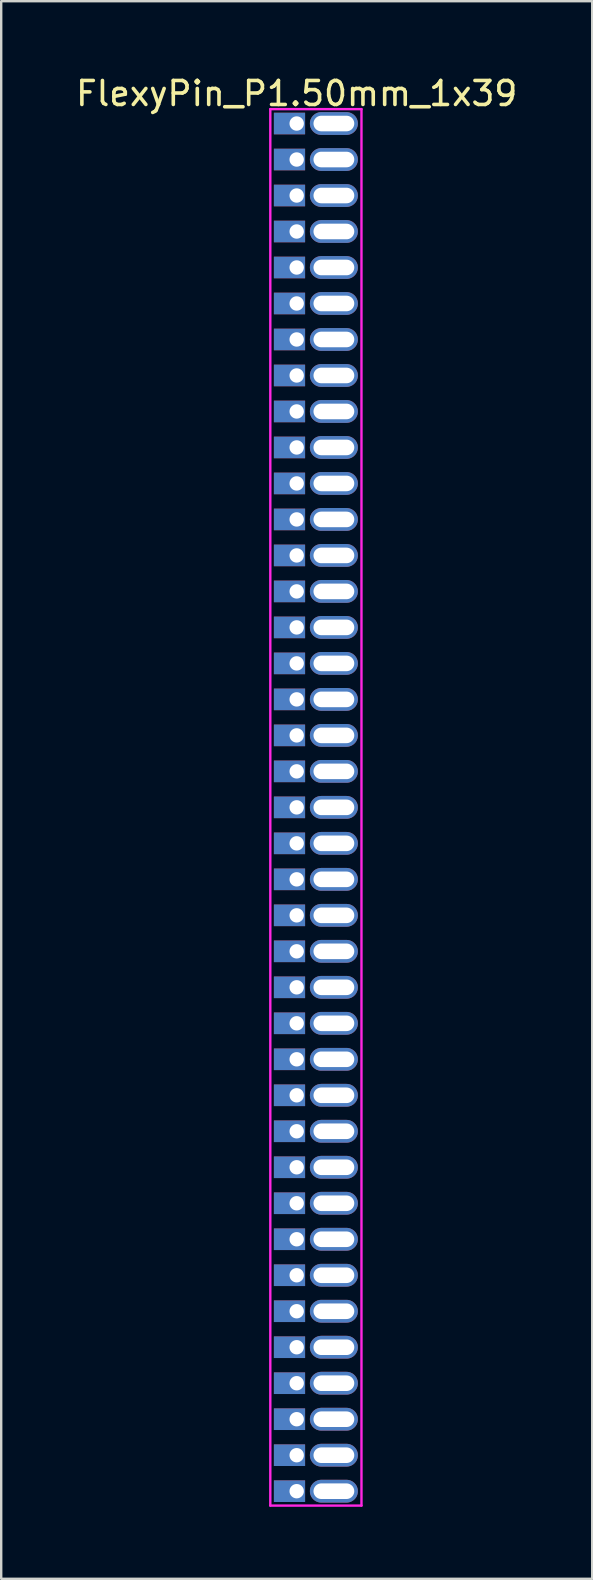
<source format=kicad_pcb>
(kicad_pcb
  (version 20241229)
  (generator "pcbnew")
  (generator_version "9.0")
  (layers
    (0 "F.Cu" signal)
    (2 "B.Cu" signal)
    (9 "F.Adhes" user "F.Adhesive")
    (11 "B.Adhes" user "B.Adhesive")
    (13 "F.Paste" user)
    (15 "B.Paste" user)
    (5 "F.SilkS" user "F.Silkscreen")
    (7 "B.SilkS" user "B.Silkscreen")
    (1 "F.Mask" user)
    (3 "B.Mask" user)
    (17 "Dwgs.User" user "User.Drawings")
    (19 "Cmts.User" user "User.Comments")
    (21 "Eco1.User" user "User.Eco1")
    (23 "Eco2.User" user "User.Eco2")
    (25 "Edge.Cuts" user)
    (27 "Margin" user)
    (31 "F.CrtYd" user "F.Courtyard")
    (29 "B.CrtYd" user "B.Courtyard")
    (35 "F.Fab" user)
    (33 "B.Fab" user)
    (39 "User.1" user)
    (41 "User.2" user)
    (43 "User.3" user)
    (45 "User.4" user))
  (footprint "FlexyPin_P1.50mm_1x39"
    (layer "F.Cu")
    (at 9.315 2.098)
    (property "Reference" "FlexyPin_P1.50mm_1x39" (at 0 -1.25 0) (layer "F.SilkS") (effects (font (size 1 1) (thickness 0.15))))
    (attr through_hole)
    (fp_line (start -1.1 -0.6) (end 2.7 -0.6) (stroke (width 0.1) (type solid)) (layer "F.CrtYd"))
    (fp_line (start -1.1 57.6) (end -1.1 -0.6) (stroke (width 0.1) (type solid)) (layer "F.CrtYd"))
    (fp_line (start 2.7 -0.6) (end 2.7 57.6) (stroke (width 0.1) (type solid)) (layer "F.CrtYd"))
    (fp_line (start 2.7 57.6) (end -1.1 57.6) (stroke (width 0.1) (type solid)) (layer "F.CrtYd"))
    (pad "" thru_hole oval (at 1.55 0) (size 2 0.95) (drill oval 1.7 0.65) (layers "*.Cu" "*.Mask"))
    (pad "" thru_hole oval (at 1.55 1.5) (size 2 0.95) (drill oval 1.7 0.65) (layers "*.Cu" "*.Mask"))
    (pad "" thru_hole oval (at 1.55 3) (size 2 0.95) (drill oval 1.7 0.65) (layers "*.Cu" "*.Mask"))
    (pad "" thru_hole oval (at 1.55 4.5) (size 2 0.95) (drill oval 1.7 0.65) (layers "*.Cu" "*.Mask"))
    (pad "" thru_hole oval (at 1.55 6) (size 2 0.95) (drill oval 1.7 0.65) (layers "*.Cu" "*.Mask"))
    (pad "" thru_hole oval (at 1.55 7.5) (size 2 0.95) (drill oval 1.7 0.65) (layers "*.Cu" "*.Mask"))
    (pad "" thru_hole oval (at 1.55 9) (size 2 0.95) (drill oval 1.7 0.65) (layers "*.Cu" "*.Mask"))
    (pad "" thru_hole oval (at 1.55 10.5) (size 2 0.95) (drill oval 1.7 0.65) (layers "*.Cu" "*.Mask"))
    (pad "" thru_hole oval (at 1.55 12) (size 2 0.95) (drill oval 1.7 0.65) (layers "*.Cu" "*.Mask"))
    (pad "" thru_hole oval (at 1.55 13.5) (size 2 0.95) (drill oval 1.7 0.65) (layers "*.Cu" "*.Mask"))
    (pad "" thru_hole oval (at 1.55 15) (size 2 0.95) (drill oval 1.7 0.65) (layers "*.Cu" "*.Mask"))
    (pad "" thru_hole oval (at 1.55 16.5) (size 2 0.95) (drill oval 1.7 0.65) (layers "*.Cu" "*.Mask"))
    (pad "" thru_hole oval (at 1.55 18) (size 2 0.95) (drill oval 1.7 0.65) (layers "*.Cu" "*.Mask"))
    (pad "" thru_hole oval (at 1.55 19.5) (size 2 0.95) (drill oval 1.7 0.65) (layers "*.Cu" "*.Mask"))
    (pad "" thru_hole oval (at 1.55 21) (size 2 0.95) (drill oval 1.7 0.65) (layers "*.Cu" "*.Mask"))
    (pad "" thru_hole oval (at 1.55 22.5) (size 2 0.95) (drill oval 1.7 0.65) (layers "*.Cu" "*.Mask"))
    (pad "" thru_hole oval (at 1.55 24) (size 2 0.95) (drill oval 1.7 0.65) (layers "*.Cu" "*.Mask"))
    (pad "" thru_hole oval (at 1.55 25.5) (size 2 0.95) (drill oval 1.7 0.65) (layers "*.Cu" "*.Mask"))
    (pad "" thru_hole oval (at 1.55 27) (size 2 0.95) (drill oval 1.7 0.65) (layers "*.Cu" "*.Mask"))
    (pad "" thru_hole oval (at 1.55 28.5) (size 2 0.95) (drill oval 1.7 0.65) (layers "*.Cu" "*.Mask"))
    (pad "" thru_hole oval (at 1.55 30) (size 2 0.95) (drill oval 1.7 0.65) (layers "*.Cu" "*.Mask"))
    (pad "" thru_hole oval (at 1.55 31.5) (size 2 0.95) (drill oval 1.7 0.65) (layers "*.Cu" "*.Mask"))
    (pad "" thru_hole oval (at 1.55 33) (size 2 0.95) (drill oval 1.7 0.65) (layers "*.Cu" "*.Mask"))
    (pad "" thru_hole oval (at 1.55 34.5) (size 2 0.95) (drill oval 1.7 0.65) (layers "*.Cu" "*.Mask"))
    (pad "" thru_hole oval (at 1.55 36) (size 2 0.95) (drill oval 1.7 0.65) (layers "*.Cu" "*.Mask"))
    (pad "" thru_hole oval (at 1.55 37.5) (size 2 0.95) (drill oval 1.7 0.65) (layers "*.Cu" "*.Mask"))
    (pad "" thru_hole oval (at 1.55 39) (size 2 0.95) (drill oval 1.7 0.65) (layers "*.Cu" "*.Mask"))
    (pad "" thru_hole oval (at 1.55 40.5) (size 2 0.95) (drill oval 1.7 0.65) (layers "*.Cu" "*.Mask"))
    (pad "" thru_hole oval (at 1.55 42) (size 2 0.95) (drill oval 1.7 0.65) (layers "*.Cu" "*.Mask"))
    (pad "" thru_hole oval (at 1.55 43.5) (size 2 0.95) (drill oval 1.7 0.65) (layers "*.Cu" "*.Mask"))
    (pad "" thru_hole oval (at 1.55 45) (size 2 0.95) (drill oval 1.7 0.65) (layers "*.Cu" "*.Mask"))
    (pad "" thru_hole oval (at 1.55 46.5) (size 2 0.95) (drill oval 1.7 0.65) (layers "*.Cu" "*.Mask"))
    (pad "" thru_hole oval (at 1.55 48) (size 2 0.95) (drill oval 1.7 0.65) (layers "*.Cu" "*.Mask"))
    (pad "" thru_hole oval (at 1.55 49.5) (size 2 0.95) (drill oval 1.7 0.65) (layers "*.Cu" "*.Mask"))
    (pad "" thru_hole oval (at 1.55 51) (size 2 0.95) (drill oval 1.7 0.65) (layers "*.Cu" "*.Mask"))
    (pad "" thru_hole oval (at 1.55 52.5) (size 2 0.95) (drill oval 1.7 0.65) (layers "*.Cu" "*.Mask"))
    (pad "" thru_hole oval (at 1.55 54) (size 2 0.95) (drill oval 1.7 0.65) (layers "*.Cu" "*.Mask"))
    (pad "" thru_hole oval (at 1.55 55.5) (size 2 0.95) (drill oval 1.7 0.65) (layers "*.Cu" "*.Mask"))
    (pad "" thru_hole oval (at 1.55 57) (size 2 0.95) (drill oval 1.7 0.65) (layers "*.Cu" "*.Mask"))
    (pad "1" thru_hole rect (at 0 0) (size 1.3 0.9) (drill 0.6 (offset -0.3 0)) (layers "*.Cu" "*.Mask"))
    (pad "2" thru_hole rect (at 0 1.5) (size 1.3 0.9) (drill 0.6 (offset -0.3 0)) (layers "*.Cu" "*.Mask"))
    (pad "3" thru_hole rect (at 0 3) (size 1.3 0.9) (drill 0.6 (offset -0.3 0)) (layers "*.Cu" "*.Mask"))
    (pad "4" thru_hole rect (at 0 4.5) (size 1.3 0.9) (drill 0.6 (offset -0.3 0)) (layers "*.Cu" "*.Mask"))
    (pad "5" thru_hole rect (at 0 6) (size 1.3 0.9) (drill 0.6 (offset -0.3 0)) (layers "*.Cu" "*.Mask"))
    (pad "6" thru_hole rect (at 0 7.5) (size 1.3 0.9) (drill 0.6 (offset -0.3 0)) (layers "*.Cu" "*.Mask"))
    (pad "7" thru_hole rect (at 0 9) (size 1.3 0.9) (drill 0.6 (offset -0.3 0)) (layers "*.Cu" "*.Mask"))
    (pad "8" thru_hole rect (at 0 10.5) (size 1.3 0.9) (drill 0.6 (offset -0.3 0)) (layers "*.Cu" "*.Mask"))
    (pad "9" thru_hole rect (at 0 12) (size 1.3 0.9) (drill 0.6 (offset -0.3 0)) (layers "*.Cu" "*.Mask"))
    (pad "10" thru_hole rect (at 0 13.5) (size 1.3 0.9) (drill 0.6 (offset -0.3 0)) (layers "*.Cu" "*.Mask"))
    (pad "11" thru_hole rect (at 0 15) (size 1.3 0.9) (drill 0.6 (offset -0.3 0)) (layers "*.Cu" "*.Mask"))
    (pad "12" thru_hole rect (at 0 16.5) (size 1.3 0.9) (drill 0.6 (offset -0.3 0)) (layers "*.Cu" "*.Mask"))
    (pad "13" thru_hole rect (at 0 18) (size 1.3 0.9) (drill 0.6 (offset -0.3 0)) (layers "*.Cu" "*.Mask"))
    (pad "14" thru_hole rect (at 0 19.5) (size 1.3 0.9) (drill 0.6 (offset -0.3 0)) (layers "*.Cu" "*.Mask"))
    (pad "15" thru_hole rect (at 0 21) (size 1.3 0.9) (drill 0.6 (offset -0.3 0)) (layers "*.Cu" "*.Mask"))
    (pad "16" thru_hole rect (at 0 22.5) (size 1.3 0.9) (drill 0.6 (offset -0.3 0)) (layers "*.Cu" "*.Mask"))
    (pad "17" thru_hole rect (at 0 24) (size 1.3 0.9) (drill 0.6 (offset -0.3 0)) (layers "*.Cu" "*.Mask"))
    (pad "18" thru_hole rect (at 0 25.5) (size 1.3 0.9) (drill 0.6 (offset -0.3 0)) (layers "*.Cu" "*.Mask"))
    (pad "19" thru_hole rect (at 0 27) (size 1.3 0.9) (drill 0.6 (offset -0.3 0)) (layers "*.Cu" "*.Mask"))
    (pad "20" thru_hole rect (at 0 28.5) (size 1.3 0.9) (drill 0.6 (offset -0.3 0)) (layers "*.Cu" "*.Mask"))
    (pad "21" thru_hole rect (at 0 30) (size 1.3 0.9) (drill 0.6 (offset -0.3 0)) (layers "*.Cu" "*.Mask"))
    (pad "22" thru_hole rect (at 0 31.5) (size 1.3 0.9) (drill 0.6 (offset -0.3 0)) (layers "*.Cu" "*.Mask"))
    (pad "23" thru_hole rect (at 0 33) (size 1.3 0.9) (drill 0.6 (offset -0.3 0)) (layers "*.Cu" "*.Mask"))
    (pad "24" thru_hole rect (at 0 34.5) (size 1.3 0.9) (drill 0.6 (offset -0.3 0)) (layers "*.Cu" "*.Mask"))
    (pad "25" thru_hole rect (at 0 36) (size 1.3 0.9) (drill 0.6 (offset -0.3 0)) (layers "*.Cu" "*.Mask"))
    (pad "26" thru_hole rect (at 0 37.5) (size 1.3 0.9) (drill 0.6 (offset -0.3 0)) (layers "*.Cu" "*.Mask"))
    (pad "27" thru_hole rect (at 0 39) (size 1.3 0.9) (drill 0.6 (offset -0.3 0)) (layers "*.Cu" "*.Mask"))
    (pad "28" thru_hole rect (at 0 40.5) (size 1.3 0.9) (drill 0.6 (offset -0.3 0)) (layers "*.Cu" "*.Mask"))
    (pad "29" thru_hole rect (at 0 42) (size 1.3 0.9) (drill 0.6 (offset -0.3 0)) (layers "*.Cu" "*.Mask"))
    (pad "30" thru_hole rect (at 0 43.5) (size 1.3 0.9) (drill 0.6 (offset -0.3 0)) (layers "*.Cu" "*.Mask"))
    (pad "31" thru_hole rect (at 0 45) (size 1.3 0.9) (drill 0.6 (offset -0.3 0)) (layers "*.Cu" "*.Mask"))
    (pad "32" thru_hole rect (at 0 46.5) (size 1.3 0.9) (drill 0.6 (offset -0.3 0)) (layers "*.Cu" "*.Mask"))
    (pad "33" thru_hole rect (at 0 48) (size 1.3 0.9) (drill 0.6 (offset -0.3 0)) (layers "*.Cu" "*.Mask"))
    (pad "34" thru_hole rect (at 0 49.5) (size 1.3 0.9) (drill 0.6 (offset -0.3 0)) (layers "*.Cu" "*.Mask"))
    (pad "35" thru_hole rect (at 0 51) (size 1.3 0.9) (drill 0.6 (offset -0.3 0)) (layers "*.Cu" "*.Mask"))
    (pad "36" thru_hole rect (at 0 52.5) (size 1.3 0.9) (drill 0.6 (offset -0.3 0)) (layers "*.Cu" "*.Mask"))
    (pad "37" thru_hole rect (at 0 54) (size 1.3 0.9) (drill 0.6 (offset -0.3 0)) (layers "*.Cu" "*.Mask"))
    (pad "38" thru_hole rect (at 0 55.5) (size 1.3 0.9) (drill 0.6 (offset -0.3 0)) (layers "*.Cu" "*.Mask"))
    (pad "39" thru_hole rect (at 0 57) (size 1.3 0.9) (drill 0.6 (offset -0.3 0)) (layers "*.Cu" "*.Mask")))
  (gr_rect
    (start -3 -3)
    (end 21.631 62.748)
    (stroke (width 0.1) (type default))
    (fill no)
    (layer "Edge.Cuts")))
</source>
